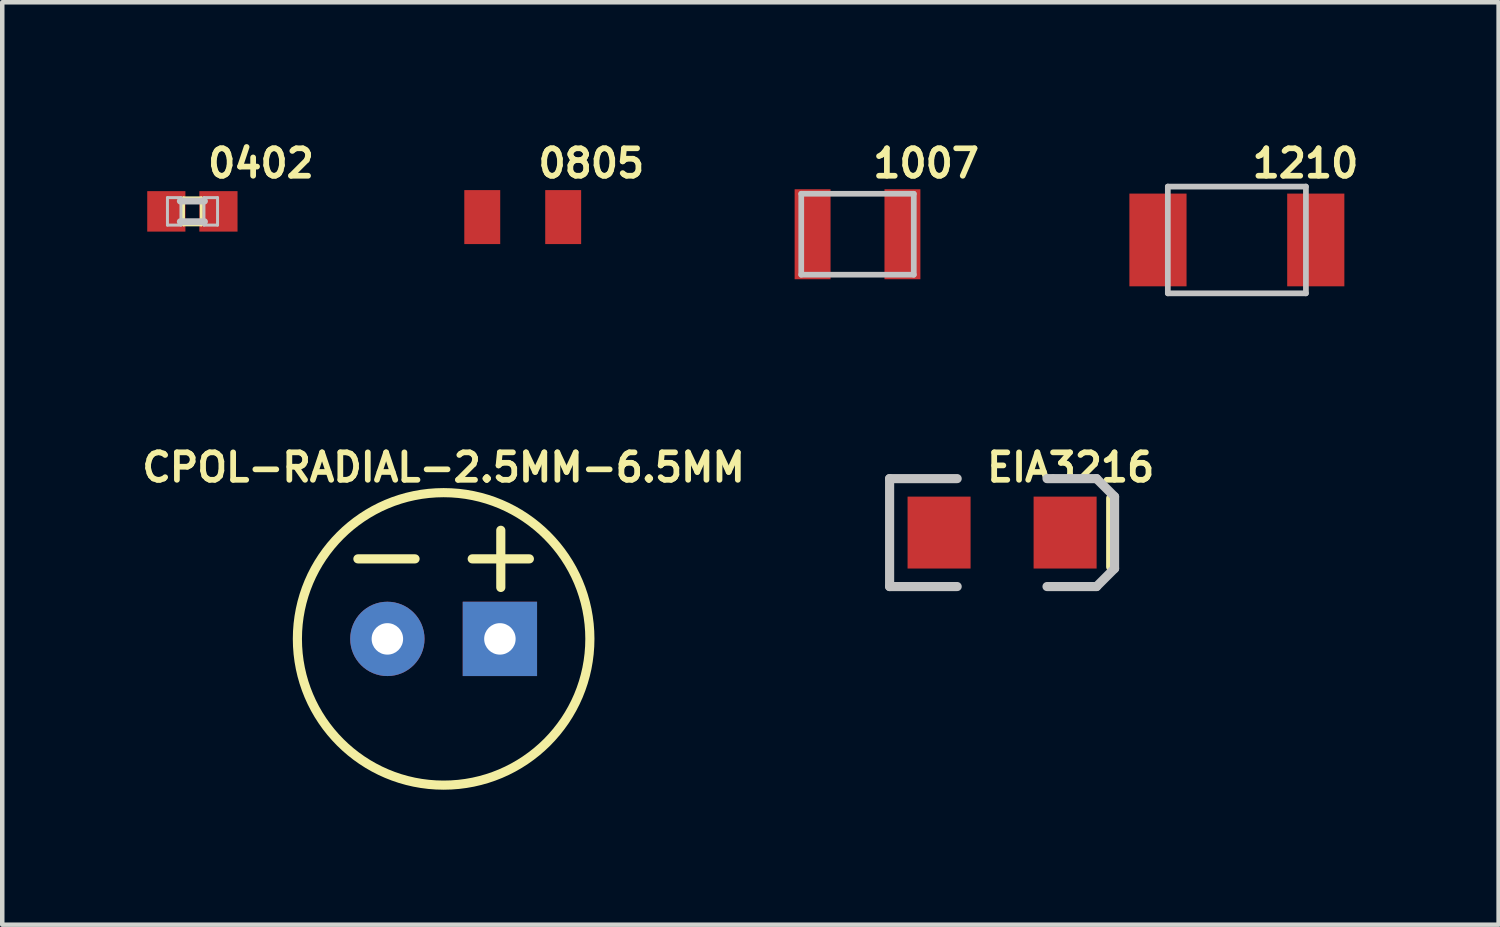
<source format=kicad_pcb>
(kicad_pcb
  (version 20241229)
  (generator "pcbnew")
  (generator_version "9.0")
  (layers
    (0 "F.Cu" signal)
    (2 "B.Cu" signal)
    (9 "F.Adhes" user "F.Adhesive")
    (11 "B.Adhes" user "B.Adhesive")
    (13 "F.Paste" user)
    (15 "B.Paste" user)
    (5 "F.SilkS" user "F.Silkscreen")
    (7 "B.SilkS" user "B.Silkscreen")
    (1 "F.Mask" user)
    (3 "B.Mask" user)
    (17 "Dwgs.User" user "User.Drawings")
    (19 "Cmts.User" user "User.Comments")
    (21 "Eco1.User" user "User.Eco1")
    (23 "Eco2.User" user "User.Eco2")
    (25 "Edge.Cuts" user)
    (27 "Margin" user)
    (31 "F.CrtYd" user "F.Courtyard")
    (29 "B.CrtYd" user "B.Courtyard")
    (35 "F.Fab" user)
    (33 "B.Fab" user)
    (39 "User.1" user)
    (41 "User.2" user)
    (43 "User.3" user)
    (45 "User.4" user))
  (footprint "1007"
    (layer "F.Cu")
    (at 16.001 2.154)
    (property "Reference" "1007" (at 1.524 -1.575 0) (layer "F.SilkS") (effects (font (size 0.61 0.61) (thickness 0.127))))
    (attr smd)
    (fp_line (start -1.25 -0.899) (end -1.25 0.899) (stroke (width 0.127) (type solid)) (layer "Dwgs.User"))
    (fp_line (start -1.25 0.899) (end 1.25 0.899) (stroke (width 0.127) (type solid)) (layer "Dwgs.User"))
    (fp_line (start 1.25 -0.899) (end -1.25 -0.899) (stroke (width 0.127) (type solid)) (layer "Dwgs.User"))
    (fp_line (start 1.25 0.899) (end 1.25 -0.899) (stroke (width 0.127) (type solid)) (layer "Dwgs.User"))
    (fp_line (start -1.598 -1.199) (end 1.598 -1.199) (stroke (width 0.051) (type solid)) (layer "Eco2.User"))
    (fp_line (start -1.598 1.199) (end -1.598 -1.199) (stroke (width 0.051) (type solid)) (layer "Eco2.User"))
    (fp_line (start 1.598 -1.199) (end 1.598 1.199) (stroke (width 0.051) (type solid)) (layer "Eco2.User"))
    (fp_line (start 1.598 1.199) (end -1.598 1.199) (stroke (width 0.051) (type solid)) (layer "Eco2.User"))
    (pad "1" smd rect (at -0.998 0 90) (size 1.999 0.798) (layers "F.Cu" "F.Mask" "F.Paste"))
    (pad "2" smd rect (at 0.998 0 90) (size 1.999 0.798) (layers "F.Cu" "F.Mask" "F.Paste")))
  (footprint "1210"
    (layer "F.Cu")
    (at 24.429 2.281)
    (property "Reference" "1210" (at 1.524 -1.702 0) (layer "F.SilkS") (effects (font (size 0.61 0.61) (thickness 0.127))))
    (attr smd)
    (fp_line (start -1.534 -1.186) (end 1.534 -1.186) (stroke (width 0.127) (type solid)) (layer "Dwgs.User"))
    (fp_line (start -1.534 1.186) (end -1.534 -1.186) (stroke (width 0.127) (type solid)) (layer "Dwgs.User"))
    (fp_line (start 1.534 -1.186) (end 1.534 1.186) (stroke (width 0.127) (type solid)) (layer "Dwgs.User"))
    (fp_line (start 1.534 1.186) (end -1.534 1.186) (stroke (width 0.127) (type solid)) (layer "Dwgs.User"))
    (fp_line (start -2.588 -1.448) (end 2.588 -1.448) (stroke (width 0.051) (type solid)) (layer "Eco2.User"))
    (fp_line (start -2.588 1.448) (end -2.588 -1.448) (stroke (width 0.051) (type solid)) (layer "Eco2.User"))
    (fp_line (start 2.588 -1.448) (end 2.588 1.448) (stroke (width 0.051) (type solid)) (layer "Eco2.User"))
    (fp_line (start 2.588 1.448) (end -2.588 1.448) (stroke (width 0.051) (type solid)) (layer "Eco2.User"))
    (pad "1" smd rect (at -1.753 0) (size 1.27 2.06) (layers "F.Cu" "F.Mask" "F.Paste"))
    (pad "2" smd rect (at 1.753 0) (size 1.27 2.06) (layers "F.Cu" "F.Mask" "F.Paste")))
  (footprint "0805"
    (layer "F.Cu")
    (at 8.563 1.773)
    (property "Reference" "0805" (at 1.524 -1.194 0) (layer "F.SilkS") (effects (font (size 0.61 0.61) (thickness 0.127))))
    (attr smd)
    (fp_line (start -1.499 -0.798) (end 1.499 -0.798) (stroke (width 0.051) (type solid)) (layer "Eco2.User"))
    (fp_line (start -1.499 0.798) (end -1.499 -0.798) (stroke (width 0.051) (type solid)) (layer "Eco2.User"))
    (fp_line (start 1.499 -0.798) (end 1.499 0.798) (stroke (width 0.051) (type solid)) (layer "Eco2.User"))
    (fp_line (start 1.499 0.798) (end -1.499 0.798) (stroke (width 0.051) (type solid)) (layer "Eco2.User"))
    (pad "1" smd rect (at -0.899 0) (size 0.798 1.199) (layers "F.Cu" "F.Mask" "F.Paste"))
    (pad "2" smd rect (at 0.899 0) (size 0.798 1.199) (layers "F.Cu" "F.Mask" "F.Paste")))
  (footprint "0402"
    (layer "F.Cu")
    (at 1.224 1.646)
    (property "Reference" "0402" (at 1.524 -1.067 0) (layer "F.SilkS") (effects (font (size 0.61 0.61) (thickness 0.127))))
    (attr smd)
    (fp_line (start -0.198 -0.3) (end 0.198 -0.3) (stroke (width 0.066) (type solid)) (layer "F.SilkS"))
    (fp_line (start -0.198 0.3) (end -0.198 -0.3) (stroke (width 0.066) (type solid)) (layer "F.SilkS"))
    (fp_line (start -0.198 0.3) (end 0.198 0.3) (stroke (width 0.066) (type solid)) (layer "F.SilkS"))
    (fp_line (start 0.198 0.3) (end 0.198 -0.3) (stroke (width 0.066) (type solid)) (layer "F.SilkS"))
    (fp_line (start -0.554 -0.305) (end -0.254 -0.305) (stroke (width 0.066) (type solid)) (layer "Dwgs.User"))
    (fp_line (start -0.554 0.305) (end -0.554 -0.305) (stroke (width 0.066) (type solid)) (layer "Dwgs.User"))
    (fp_line (start -0.554 0.305) (end -0.254 0.305) (stroke (width 0.066) (type solid)) (layer "Dwgs.User"))
    (fp_line (start -0.269 -0.229) (end 0.269 -0.229) (stroke (width 0.152) (type solid)) (layer "Dwgs.User"))
    (fp_line (start -0.254 0.305) (end -0.254 -0.305) (stroke (width 0.066) (type solid)) (layer "Dwgs.User"))
    (fp_line (start 0.257 -0.305) (end 0.559 -0.305) (stroke (width 0.066) (type solid)) (layer "Dwgs.User"))
    (fp_line (start 0.257 0.305) (end 0.257 -0.305) (stroke (width 0.066) (type solid)) (layer "Dwgs.User"))
    (fp_line (start 0.257 0.305) (end 0.559 0.305) (stroke (width 0.066) (type solid)) (layer "Dwgs.User"))
    (fp_line (start 0.269 0.229) (end -0.269 0.229) (stroke (width 0.152) (type solid)) (layer "Dwgs.User"))
    (fp_line (start 0.559 0.305) (end 0.559 -0.305) (stroke (width 0.066) (type solid)) (layer "Dwgs.User"))
    (fp_line (start -1.199 -0.648) (end 1.199 -0.648) (stroke (width 0.051) (type solid)) (layer "Eco2.User"))
    (fp_line (start -1.199 0.648) (end -1.199 -0.648) (stroke (width 0.051) (type solid)) (layer "Eco2.User"))
    (fp_line (start 1.199 -0.648) (end 1.199 0.648) (stroke (width 0.051) (type solid)) (layer "Eco2.User"))
    (fp_line (start 1.199 0.648) (end -1.199 0.648) (stroke (width 0.051) (type solid)) (layer "Eco2.User"))
    (pad "1" smd rect (at -0.579 0) (size 0.848 0.899) (layers "F.Cu" "F.Mask" "F.Paste"))
    (pad "2" smd rect (at 0.579 0) (size 0.848 0.899) (layers "F.Cu" "F.Mask" "F.Paste")))
  (footprint "CPOL-RADIAL-2.5MM-6.5MM"
    (layer "F.Cu")
    (at 6.806 11.144)
    (property "Reference" "CPOL-RADIAL-2.5MM-6.5MM" (at 0 -3.81 0) (layer "F.SilkS") (effects (font (size 0.61 0.61) (thickness 0.127))))
    (attr exclude_from_pos_files exclude_from_bom)
    (fp_line (start -0.635 -1.778) (end -1.905 -1.778) (stroke (width 0.203) (type solid)) (layer "F.SilkS"))
    (fp_line (start 1.27 -2.413) (end 1.27 -1.143) (stroke (width 0.203) (type solid)) (layer "F.SilkS"))
    (fp_line (start 1.905 -1.778) (end 0.635 -1.778) (stroke (width 0.203) (type solid)) (layer "F.SilkS"))
    (fp_circle (center 0 0) (end 0 -3.249) (stroke (width 0.203) (type solid)) (fill no) (layer "F.SilkS"))
    (pad "1" thru_hole rect (at 1.25 0) (size 1.651 1.651) (drill 0.699) (layers "*.Cu" "*.Paste" "*.Mask"))
    (pad "2" thru_hole circle (at -1.25 0) (size 1.651 1.651) (drill 0.699) (layers "*.Cu" "*.Paste" "*.Mask")))
  (footprint "EIA3216"
    (layer "F.Cu")
    (at 19.213 8.782)
    (property "Reference" "EIA3216" (at 1.524 -1.448 0) (layer "F.SilkS") (effects (font (size 0.61 0.61) (thickness 0.127))))
    (attr smd)
    (fp_line (start 2.413 -0.762) (end 2.413 0.762) (stroke (width 0.203) (type solid)) (layer "F.SilkS"))
    (fp_line (start -2.499 -1.199) (end -0.998 -1.199) (stroke (width 0.203) (type solid)) (layer "Dwgs.User"))
    (fp_line (start -2.499 1.199) (end -2.499 -1.199) (stroke (width 0.203) (type solid)) (layer "Dwgs.User"))
    (fp_line (start -0.998 1.199) (end -2.499 1.199) (stroke (width 0.203) (type solid)) (layer "Dwgs.User"))
    (fp_line (start 0.998 1.199) (end 2.098 1.199) (stroke (width 0.203) (type solid)) (layer "Dwgs.User"))
    (fp_line (start 2.098 -1.199) (end 0.998 -1.199) (stroke (width 0.203) (type solid)) (layer "Dwgs.User"))
    (fp_line (start 2.098 1.199) (end 2.499 0.798) (stroke (width 0.203) (type solid)) (layer "Dwgs.User"))
    (fp_line (start 2.499 -0.798) (end 2.098 -1.199) (stroke (width 0.203) (type solid)) (layer "Dwgs.User"))
    (fp_line (start 2.499 0.798) (end 2.499 -0.798) (stroke (width 0.203) (type solid)) (layer "Dwgs.User"))
    (pad "+" smd rect (at 1.4 0 90) (size 1.598 1.4) (layers "F.Cu" "F.Mask" "F.Paste"))
    (pad "-" smd rect (at -1.4 0 90) (size 1.598 1.4) (layers "F.Cu" "F.Mask" "F.Paste")))
  (gr_rect
    (start -3 -3)
    (end 30.244 17.494)
    (stroke (width 0.1) (type default))
    (fill no)
    (layer "Edge.Cuts")))
</source>
